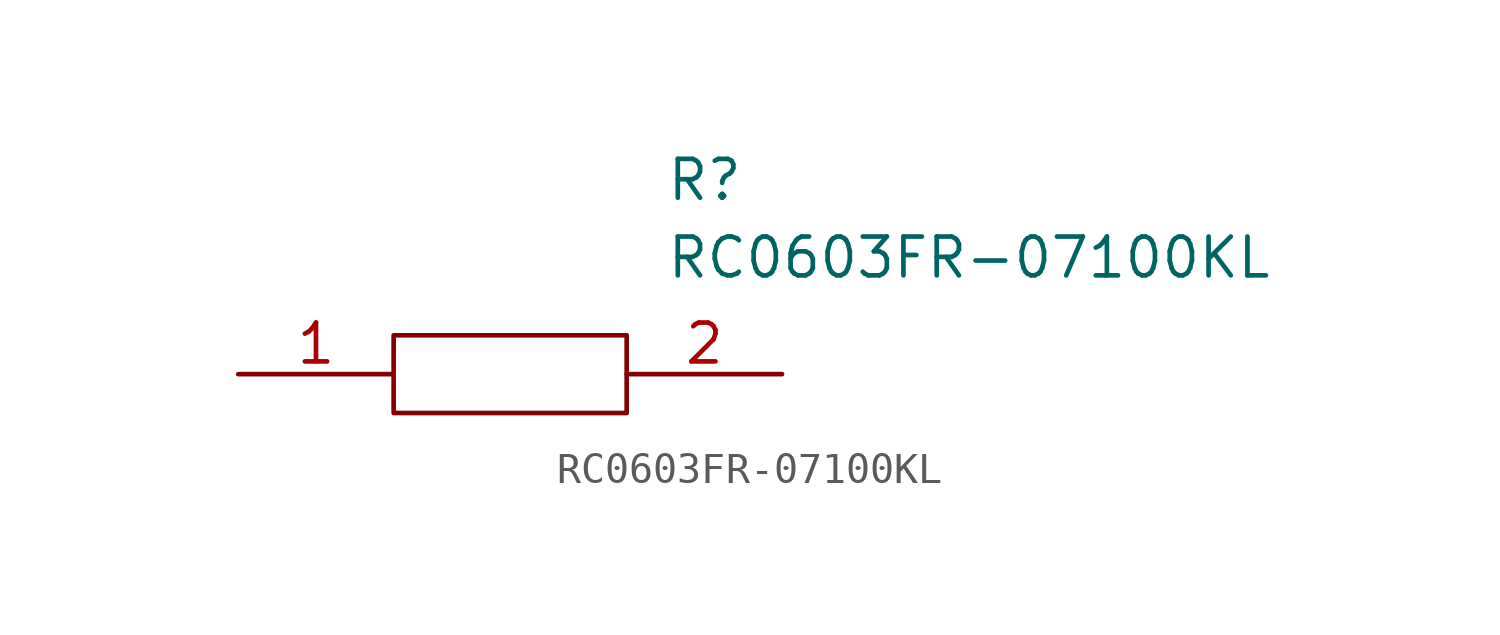
<source format=kicad_sym>
(kicad_symbol_lib
  (version 20211014)
  (generator kicad_symbol_editor)
  (symbol "RC0603FR-07100KL"
    (pin_names
      (offset 0.762))
    (property "Reference" "R"
      (at 13.97 6.35 0)
      (effects (font (size 1.27 1.27)) (justify left)))
    (property "Value" "RC0603FR-07100KL"
      (at 13.97 3.81 0)
      (effects (font (size 1.27 1.27)) (justify left)))
    (symbol "RC0603FR-07100KL_0_0"
      (pin passive line (at 0 0 0) (length 5.08) (name "~" (effects (font (size 1.27 1.27)))) (number "1" (effects (font (size 1.27 1.27)))))
      (pin passive line (at 17.78 0 180) (length 5.08) (name "~" (effects (font (size 1.27 1.27)))) (number "2" (effects (font (size 1.27 1.27))))))
    (symbol "RC0603FR-07100KL_0_1"
      (polyline (pts (xy 5.08 1.27) (xy 12.7 1.27) (xy 12.7 -1.27) (xy 5.08 -1.27) (xy 5.08 1.27)) (stroke (width 0.152) (type default) (color 0 0 0 0)) (fill (type none))))))
</source>
